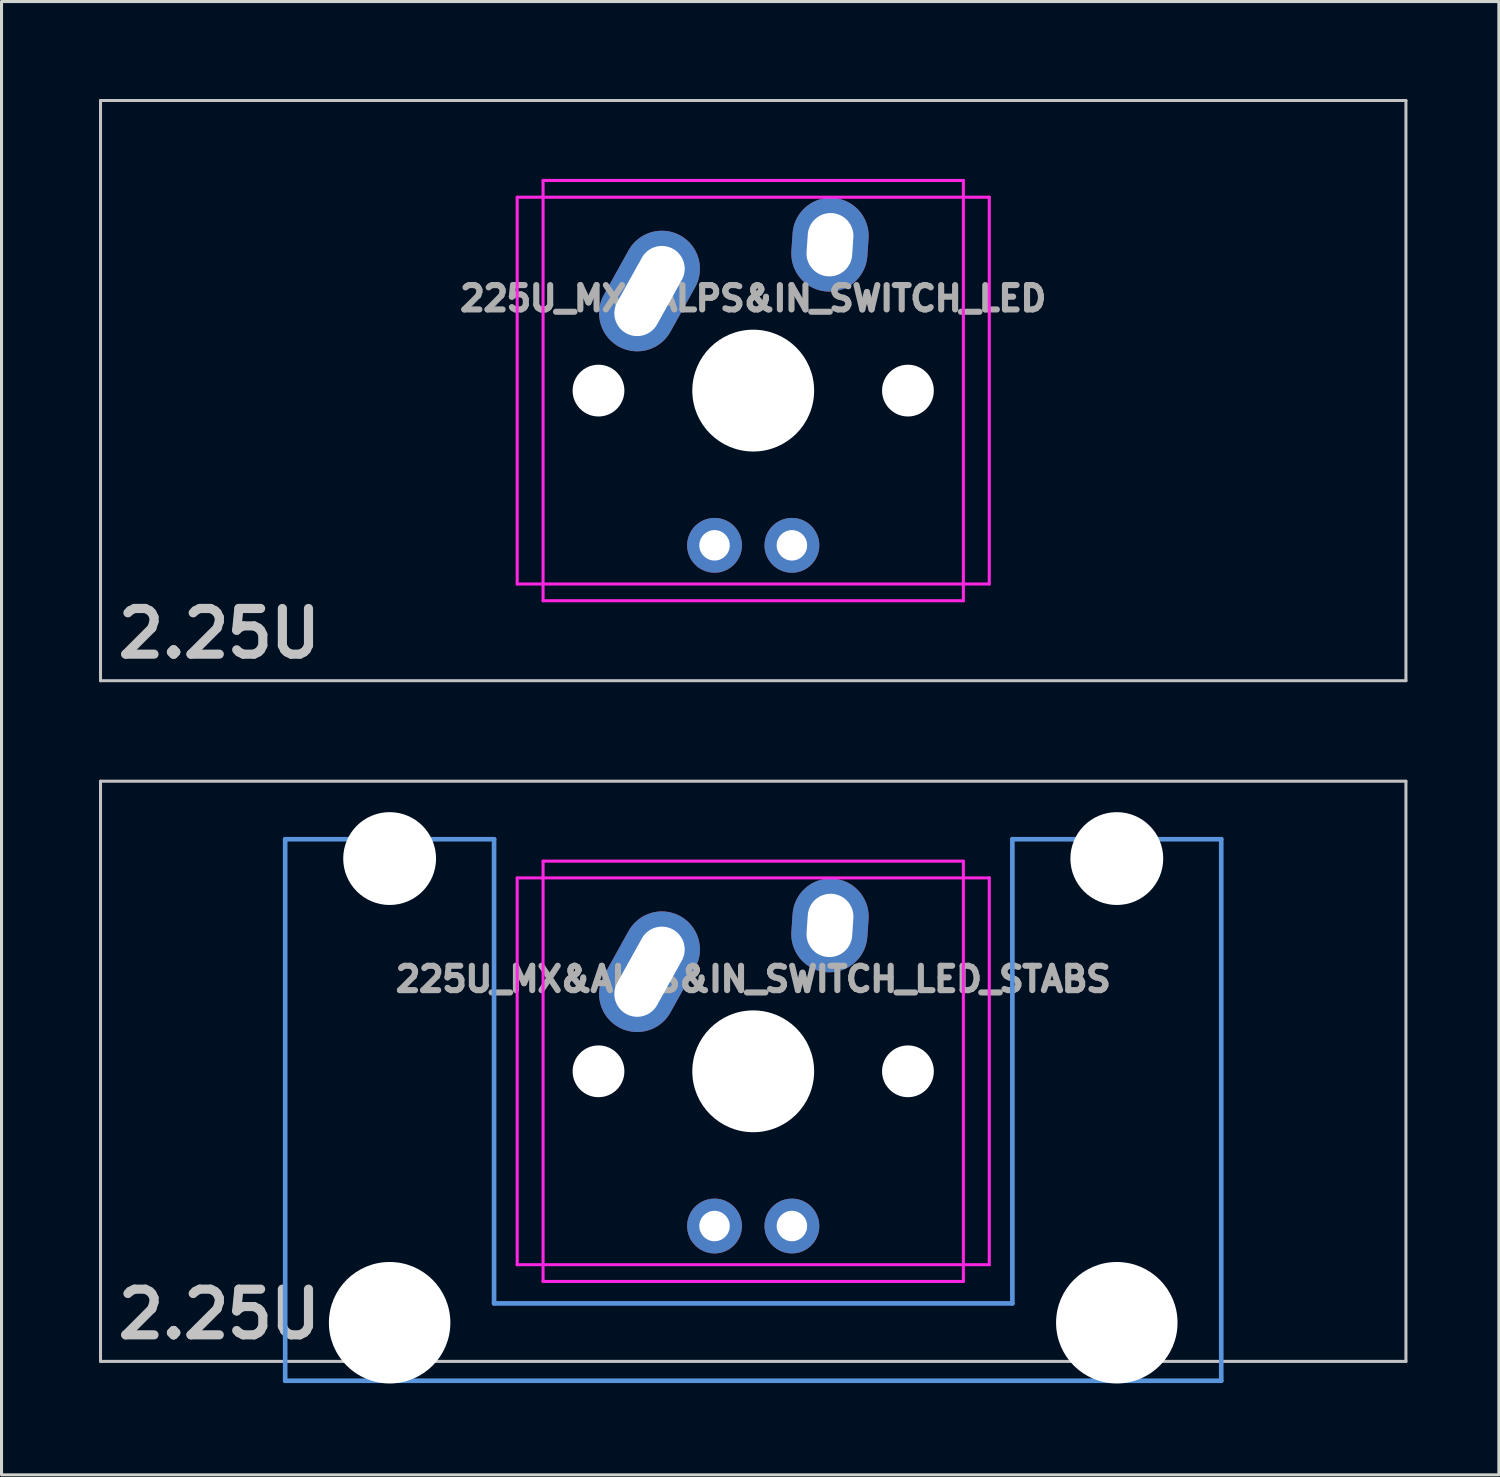
<source format=kicad_pcb>
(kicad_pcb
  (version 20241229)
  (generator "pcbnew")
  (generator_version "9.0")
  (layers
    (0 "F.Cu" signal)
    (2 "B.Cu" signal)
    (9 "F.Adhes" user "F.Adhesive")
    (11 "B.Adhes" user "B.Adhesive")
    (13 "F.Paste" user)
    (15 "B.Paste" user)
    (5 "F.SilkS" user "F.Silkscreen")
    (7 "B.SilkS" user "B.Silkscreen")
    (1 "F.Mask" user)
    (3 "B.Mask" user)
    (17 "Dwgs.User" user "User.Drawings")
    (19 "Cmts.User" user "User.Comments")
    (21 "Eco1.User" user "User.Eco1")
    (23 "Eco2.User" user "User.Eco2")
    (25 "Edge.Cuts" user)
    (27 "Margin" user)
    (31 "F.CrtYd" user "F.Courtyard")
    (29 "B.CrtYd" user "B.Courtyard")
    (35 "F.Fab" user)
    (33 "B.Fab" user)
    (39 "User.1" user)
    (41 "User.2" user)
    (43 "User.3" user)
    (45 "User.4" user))
  (footprint "225U_MX&ALPS&IN_SWITCH_LED"
    (layer "F.Cu")
    (at 0.25 0.25)
    (property "Reference" "225U_MX&ALPS&IN_SWITCH_LED" (at 21.431 6.5 0) (layer "F.Fab") (effects (font (size 0.8 0.8) (thickness 0.2))))
    (attr through_hole)
    (fp_line (start 0 0) (end 42.862 0) (stroke (width 0.1) (type solid)) (layer "Dwgs.User"))
    (fp_line (start 0 19.05) (end 0 0) (stroke (width 0.1) (type solid)) (layer "Dwgs.User"))
    (fp_line (start 42.862 0) (end 42.862 19.05) (stroke (width 0.1) (type solid)) (layer "Dwgs.User"))
    (fp_line (start 42.862 19.05) (end 0 19.05) (stroke (width 0.1) (type solid)) (layer "Dwgs.User"))
    (fp_line (start 13.681 3.175) (end 13.681 15.875) (stroke (width 0.1) (type solid)) (layer "F.CrtYd"))
    (fp_line (start 13.681 3.175) (end 29.181 3.175) (stroke (width 0.1) (type solid)) (layer "F.CrtYd"))
    (fp_line (start 13.681 15.875) (end 29.181 15.875) (stroke (width 0.1) (type solid)) (layer "F.CrtYd"))
    (fp_line (start 14.531 2.625) (end 14.531 16.425) (stroke (width 0.1) (type solid)) (layer "F.CrtYd"))
    (fp_line (start 14.531 2.625) (end 28.331 2.625) (stroke (width 0.1) (type solid)) (layer "F.CrtYd"))
    (fp_line (start 14.531 16.425) (end 28.331 16.425) (stroke (width 0.1) (type solid)) (layer "F.CrtYd"))
    (fp_line (start 28.331 2.625) (end 28.331 16.425) (stroke (width 0.1) (type solid)) (layer "F.CrtYd"))
    (fp_line (start 29.181 3.175) (end 29.181 15.875) (stroke (width 0.1) (type solid)) (layer "F.CrtYd"))
    (fp_text user "2.25U" (at 3.9 17.5 0) (layer "Dwgs.User") (effects (font (size 1.5 1.5) (thickness 0.3))))
    (pad "" np_thru_hole circle (at 16.351 9.525) (size 1.7 1.7) (drill 1.7) (layers "*.Cu" "*.Mask"))
    (pad "" np_thru_hole circle (at 21.431 9.525) (size 4 4) (drill 4) (layers "*.Cu" "*.Mask"))
    (pad "" np_thru_hole circle (at 26.511 9.525) (size 1.7 1.7) (drill 1.7) (layers "*.Cu" "*.Mask"))
    (pad "1" thru_hole oval (at 18.026 6.255 330.95) (size 2.5 4.17) (drill oval 1.5 3.17) (layers "*.Cu" "*.Mask"))
    (pad "2" thru_hole oval (at 23.951 4.735 356.1) (size 2.5 3.08) (drill oval 1.5 2.08) (layers "*.Cu" "*.Mask"))
    (pad "3" thru_hole circle (at 20.161 14.605) (size 1.8 1.8) (drill 1) (layers "*.Cu" "*.Mask"))
    (pad "4" thru_hole circle (at 22.701 14.605) (size 1.8 1.8) (drill 1) (layers "*.Cu" "*.Mask")))
  (footprint "225U_MX&ALPS&IN_SWITCH_LED_STABS"
    (layer "F.Cu")
    (at 0.25 22.6)
    (property "Reference" "225U_MX&ALPS&IN_SWITCH_LED_STABS" (at 21.431 6.5 0) (layer "F.Fab") (effects (font (size 0.8 0.8) (thickness 0.2))))
    (attr through_hole)
    (fp_line (start 0 0) (end 42.862 0) (stroke (width 0.1) (type solid)) (layer "Dwgs.User"))
    (fp_line (start 0 19.05) (end 0 0) (stroke (width 0.1) (type solid)) (layer "Dwgs.User"))
    (fp_line (start 42.862 0) (end 42.862 19.05) (stroke (width 0.1) (type solid)) (layer "Dwgs.User"))
    (fp_line (start 42.862 19.05) (end 0 19.05) (stroke (width 0.1) (type solid)) (layer "Dwgs.User"))
    (fp_line (start 6.064 1.905) (end 6.064 19.685) (stroke (width 0.152) (type solid)) (layer "Cmts.User"))
    (fp_line (start 6.064 19.685) (end 36.798 19.685) (stroke (width 0.152) (type solid)) (layer "Cmts.User"))
    (fp_line (start 12.922 1.905) (end 6.064 1.905) (stroke (width 0.152) (type solid)) (layer "Cmts.User"))
    (fp_line (start 12.922 17.145) (end 12.922 1.905) (stroke (width 0.152) (type solid)) (layer "Cmts.User"))
    (fp_line (start 29.94 1.905) (end 29.94 17.145) (stroke (width 0.152) (type solid)) (layer "Cmts.User"))
    (fp_line (start 29.94 17.145) (end 12.922 17.145) (stroke (width 0.152) (type solid)) (layer "Cmts.User"))
    (fp_line (start 36.798 1.905) (end 29.94 1.905) (stroke (width 0.152) (type solid)) (layer "Cmts.User"))
    (fp_line (start 36.798 19.685) (end 36.798 1.905) (stroke (width 0.152) (type solid)) (layer "Cmts.User"))
    (fp_line (start 5.302 7.239) (end 6.166 7.239) (stroke (width 0.152) (type solid)) (layer "Eco2.User"))
    (fp_line (start 5.302 10.033) (end 5.302 7.239) (stroke (width 0.152) (type solid)) (layer "Eco2.User"))
    (fp_line (start 6.166 3.835) (end 12.821 3.835) (stroke (width 0.152) (type solid)) (layer "Eco2.User"))
    (fp_line (start 6.166 7.239) (end 6.166 3.835) (stroke (width 0.152) (type solid)) (layer "Eco2.User"))
    (fp_line (start 6.166 10.033) (end 5.302 10.033) (stroke (width 0.152) (type solid)) (layer "Eco2.User"))
    (fp_line (start 6.166 16.129) (end 6.166 10.033) (stroke (width 0.152) (type solid)) (layer "Eco2.User"))
    (fp_line (start 7.207 16.129) (end 6.166 16.129) (stroke (width 0.152) (type solid)) (layer "Eco2.User"))
    (fp_line (start 7.207 17.297) (end 7.207 16.129) (stroke (width 0.152) (type solid)) (layer "Eco2.User"))
    (fp_line (start 11.779 16.129) (end 11.779 17.297) (stroke (width 0.152) (type solid)) (layer "Eco2.User"))
    (fp_line (start 11.779 17.297) (end 7.207 17.297) (stroke (width 0.152) (type solid)) (layer "Eco2.User"))
    (fp_line (start 12.821 3.835) (end 12.821 4.648) (stroke (width 0.152) (type solid)) (layer "Eco2.User"))
    (fp_line (start 12.821 4.648) (end 14.446 4.648) (stroke (width 0.152) (type solid)) (layer "Eco2.User"))
    (fp_line (start 12.821 15.342) (end 12.821 16.129) (stroke (width 0.152) (type solid)) (layer "Eco2.User"))
    (fp_line (start 12.821 16.129) (end 11.779 16.129) (stroke (width 0.152) (type solid)) (layer "Eco2.User"))
    (fp_line (start 14.446 2.54) (end 28.416 2.54) (stroke (width 0.152) (type solid)) (layer "Eco2.User"))
    (fp_line (start 14.446 4.648) (end 14.446 2.54) (stroke (width 0.152) (type solid)) (layer "Eco2.User"))
    (fp_line (start 14.446 15.342) (end 12.821 15.342) (stroke (width 0.152) (type solid)) (layer "Eco2.User"))
    (fp_line (start 14.446 16.51) (end 14.446 15.342) (stroke (width 0.152) (type solid)) (layer "Eco2.User"))
    (fp_line (start 28.416 2.54) (end 28.416 4.648) (stroke (width 0.152) (type solid)) (layer "Eco2.User"))
    (fp_line (start 28.416 4.648) (end 30.042 4.648) (stroke (width 0.152) (type solid)) (layer "Eco2.User"))
    (fp_line (start 28.416 15.342) (end 28.416 16.51) (stroke (width 0.152) (type solid)) (layer "Eco2.User"))
    (fp_line (start 28.416 16.51) (end 14.446 16.51) (stroke (width 0.152) (type solid)) (layer "Eco2.User"))
    (fp_line (start 30.042 3.835) (end 36.697 3.835) (stroke (width 0.152) (type solid)) (layer "Eco2.User"))
    (fp_line (start 30.042 4.648) (end 30.042 3.835) (stroke (width 0.152) (type solid)) (layer "Eco2.User"))
    (fp_line (start 30.042 15.342) (end 28.416 15.342) (stroke (width 0.152) (type solid)) (layer "Eco2.User"))
    (fp_line (start 30.042 16.129) (end 30.042 15.342) (stroke (width 0.152) (type solid)) (layer "Eco2.User"))
    (fp_line (start 31.083 16.129) (end 30.042 16.129) (stroke (width 0.152) (type solid)) (layer "Eco2.User"))
    (fp_line (start 31.083 17.297) (end 31.083 16.129) (stroke (width 0.152) (type solid)) (layer "Eco2.User"))
    (fp_line (start 35.655 16.129) (end 35.655 17.297) (stroke (width 0.152) (type solid)) (layer "Eco2.User"))
    (fp_line (start 35.655 17.297) (end 31.083 17.297) (stroke (width 0.152) (type solid)) (layer "Eco2.User"))
    (fp_line (start 36.697 3.835) (end 36.697 7.239) (stroke (width 0.152) (type solid)) (layer "Eco2.User"))
    (fp_line (start 36.697 7.239) (end 37.56 7.239) (stroke (width 0.152) (type solid)) (layer "Eco2.User"))
    (fp_line (start 36.697 10.033) (end 36.697 16.129) (stroke (width 0.152) (type solid)) (layer "Eco2.User"))
    (fp_line (start 36.697 16.129) (end 35.655 16.129) (stroke (width 0.152) (type solid)) (layer "Eco2.User"))
    (fp_line (start 37.56 7.239) (end 37.56 10.033) (stroke (width 0.152) (type solid)) (layer "Eco2.User"))
    (fp_line (start 37.56 10.033) (end 36.697 10.033) (stroke (width 0.152) (type solid)) (layer "Eco2.User"))
    (fp_line (start 13.681 3.175) (end 13.681 15.875) (stroke (width 0.1) (type solid)) (layer "F.CrtYd"))
    (fp_line (start 13.681 3.175) (end 29.181 3.175) (stroke (width 0.1) (type solid)) (layer "F.CrtYd"))
    (fp_line (start 13.681 15.875) (end 29.181 15.875) (stroke (width 0.1) (type solid)) (layer "F.CrtYd"))
    (fp_line (start 14.531 2.625) (end 14.531 16.425) (stroke (width 0.1) (type solid)) (layer "F.CrtYd"))
    (fp_line (start 14.531 2.625) (end 28.331 2.625) (stroke (width 0.1) (type solid)) (layer "F.CrtYd"))
    (fp_line (start 14.531 16.425) (end 28.331 16.425) (stroke (width 0.1) (type solid)) (layer "F.CrtYd"))
    (fp_line (start 28.331 2.625) (end 28.331 16.425) (stroke (width 0.1) (type solid)) (layer "F.CrtYd"))
    (fp_line (start 29.181 3.175) (end 29.181 15.875) (stroke (width 0.1) (type solid)) (layer "F.CrtYd"))
    (fp_text user "2.25U" (at 3.9 17.5 0) (layer "Dwgs.User") (effects (font (size 1.5 1.5) (thickness 0.3))))
    (pad "" np_thru_hole circle (at 9.493 2.54) (size 3.048 3.048) (drill 3.048) (layers "*.Cu" "*.Mask"))
    (pad "" np_thru_hole circle (at 9.493 17.78) (size 3.988 3.988) (drill 3.988) (layers "*.Cu" "*.Mask"))
    (pad "" np_thru_hole circle (at 16.351 9.525) (size 1.7 1.7) (drill 1.7) (layers "*.Cu" "*.Mask"))
    (pad "" np_thru_hole circle (at 21.431 9.525) (size 4 4) (drill 4) (layers "*.Cu" "*.Mask"))
    (pad "" np_thru_hole circle (at 26.511 9.525) (size 1.7 1.7) (drill 1.7) (layers "*.Cu" "*.Mask"))
    (pad "" np_thru_hole circle (at 33.369 2.54) (size 3.048 3.048) (drill 3.048) (layers "*.Cu" "*.Mask"))
    (pad "" np_thru_hole circle (at 33.369 17.78) (size 3.988 3.988) (drill 3.988) (layers "*.Cu" "*.Mask"))
    (pad "1" thru_hole oval (at 18.026 6.255 330.95) (size 2.5 4.17) (drill oval 1.5 3.17) (layers "*.Cu" "*.Mask"))
    (pad "2" thru_hole oval (at 23.951 4.735 356.1) (size 2.5 3.08) (drill oval 1.5 2.08) (layers "*.Cu" "*.Mask"))
    (pad "3" thru_hole circle (at 20.161 14.605) (size 1.8 1.8) (drill 1) (layers "*.Cu" "*.Mask"))
    (pad "4" thru_hole circle (at 22.701 14.605) (size 1.8 1.8) (drill 1) (layers "*.Cu" "*.Mask")))
  (gr_rect
    (start -3 -3)
    (end 46.163 45.374)
    (stroke (width 0.1) (type default))
    (fill no)
    (layer "Edge.Cuts")))
</source>
